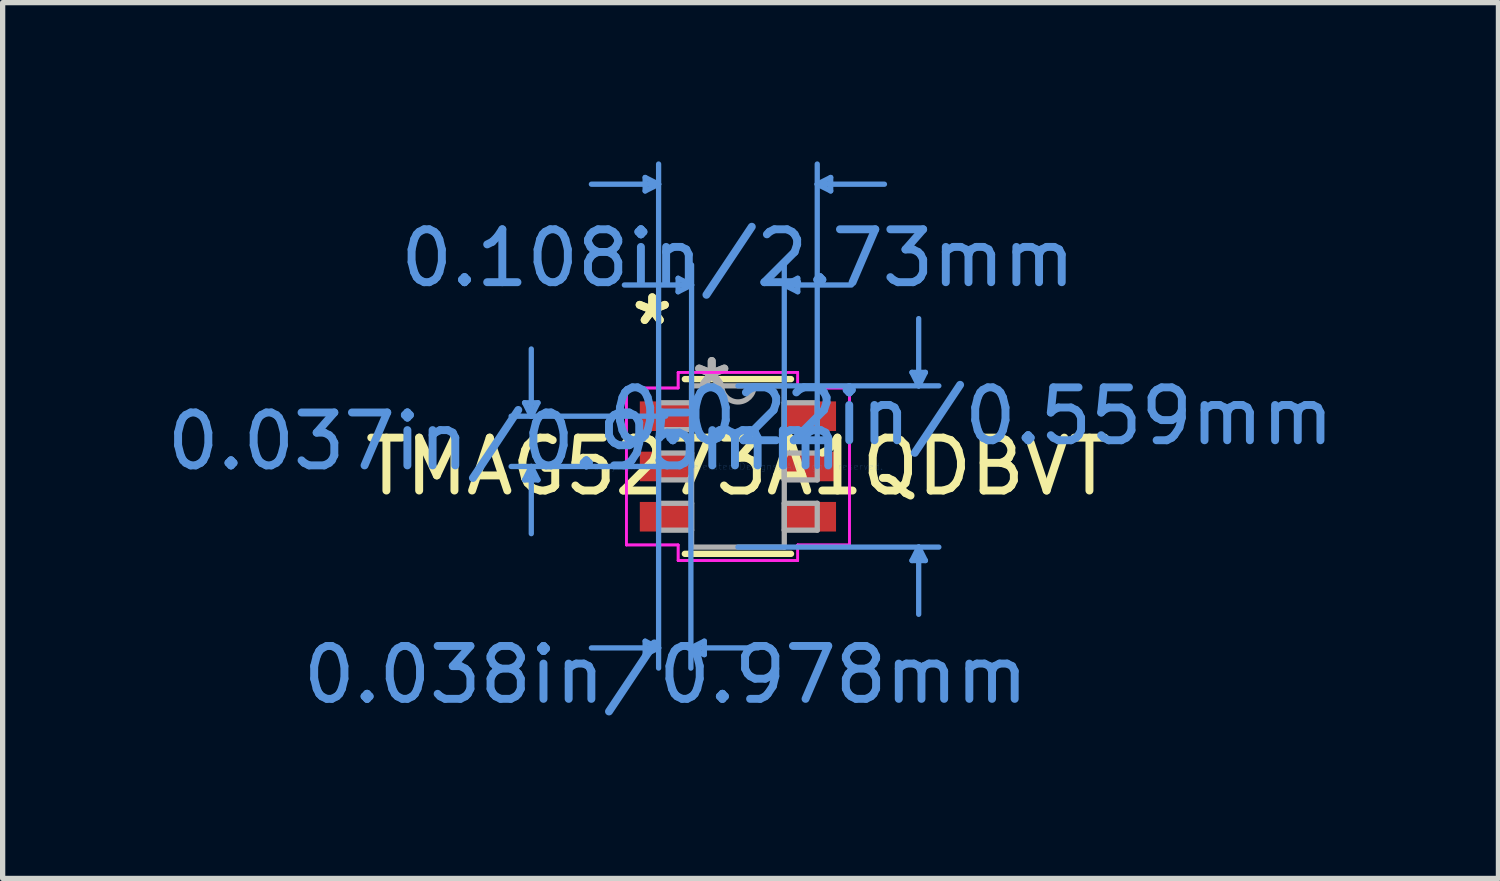
<source format=kicad_pcb>
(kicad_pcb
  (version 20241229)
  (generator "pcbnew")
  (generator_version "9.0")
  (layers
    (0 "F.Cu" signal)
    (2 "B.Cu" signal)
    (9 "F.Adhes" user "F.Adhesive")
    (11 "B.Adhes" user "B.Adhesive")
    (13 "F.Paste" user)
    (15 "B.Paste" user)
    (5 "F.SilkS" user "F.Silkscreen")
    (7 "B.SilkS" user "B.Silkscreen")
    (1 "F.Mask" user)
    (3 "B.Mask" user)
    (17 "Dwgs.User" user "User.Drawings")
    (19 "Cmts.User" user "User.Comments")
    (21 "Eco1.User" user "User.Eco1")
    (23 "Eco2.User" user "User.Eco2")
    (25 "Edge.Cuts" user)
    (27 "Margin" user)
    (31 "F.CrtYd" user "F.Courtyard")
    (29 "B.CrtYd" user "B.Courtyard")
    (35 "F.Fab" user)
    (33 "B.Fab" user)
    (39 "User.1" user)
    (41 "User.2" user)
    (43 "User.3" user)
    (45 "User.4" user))
  (footprint "TMAG5273A1QDBVT"
    (layer "F.Cu")
    (at 10.895 5.765)
    (property "Reference" "TMAG5273A1QDBVT" (at 0 0 0) (layer "F.SilkS") (effects (font (size 1 1) (thickness 0.15))))
    (attr through_hole)
    (fp_line (start -1.003 1.651) (end 1.003 1.651) (stroke (width 0.12) (type solid)) (layer "F.SilkS"))
    (fp_line (start 1.003 -1.651) (end -1.003 -1.651) (stroke (width 0.12) (type solid)) (layer "F.SilkS"))
    (fp_line (start -4.032 -1.204) (end -3.778 -1.204) (stroke (width 0.1) (type solid)) (layer "Cmts.User"))
    (fp_line (start -4.032 0.254) (end -3.778 0.254) (stroke (width 0.1) (type solid)) (layer "Cmts.User"))
    (fp_line (start -3.905 -0.95) (end -4.032 -1.204) (stroke (width 0.1) (type solid)) (layer "Cmts.User"))
    (fp_line (start -3.905 -0.95) (end -3.905 -2.22) (stroke (width 0.1) (type solid)) (layer "Cmts.User"))
    (fp_line (start -3.905 -0.95) (end -3.778 -1.204) (stroke (width 0.1) (type solid)) (layer "Cmts.User"))
    (fp_line (start -3.905 0) (end -4.032 0.254) (stroke (width 0.1) (type solid)) (layer "Cmts.User"))
    (fp_line (start -3.905 0) (end -3.905 1.27) (stroke (width 0.1) (type solid)) (layer "Cmts.User"))
    (fp_line (start -3.905 0) (end -3.778 0.254) (stroke (width 0.1) (type solid)) (layer "Cmts.User"))
    (fp_line (start -1.753 -5.461) (end -1.753 -5.207) (stroke (width 0.1) (type solid)) (layer "Cmts.User"))
    (fp_line (start -1.753 3.302) (end -1.753 3.556) (stroke (width 0.1) (type solid)) (layer "Cmts.User"))
    (fp_line (start -1.499 -5.334) (end -2.769 -5.334) (stroke (width 0.1) (type solid)) (layer "Cmts.User"))
    (fp_line (start -1.499 -5.334) (end -1.753 -5.461) (stroke (width 0.1) (type solid)) (layer "Cmts.User"))
    (fp_line (start -1.499 -5.334) (end -1.753 -5.207) (stroke (width 0.1) (type solid)) (layer "Cmts.User"))
    (fp_line (start -1.499 0) (end -1.499 -5.715) (stroke (width 0.1) (type solid)) (layer "Cmts.User"))
    (fp_line (start -1.499 0) (end -1.499 3.81) (stroke (width 0.1) (type solid)) (layer "Cmts.User"))
    (fp_line (start -1.499 3.429) (end -2.769 3.429) (stroke (width 0.1) (type solid)) (layer "Cmts.User"))
    (fp_line (start -1.499 3.429) (end -1.753 3.302) (stroke (width 0.1) (type solid)) (layer "Cmts.User"))
    (fp_line (start -1.499 3.429) (end -1.753 3.556) (stroke (width 0.1) (type solid)) (layer "Cmts.User"))
    (fp_line (start -1.365 -0.95) (end -4.286 -0.95) (stroke (width 0.1) (type solid)) (layer "Cmts.User"))
    (fp_line (start -1.365 0) (end -4.286 0) (stroke (width 0.1) (type solid)) (layer "Cmts.User"))
    (fp_line (start -1.13 -3.556) (end -1.13 -3.302) (stroke (width 0.1) (type solid)) (layer "Cmts.User"))
    (fp_line (start -0.889 0) (end -0.889 3.81) (stroke (width 0.1) (type solid)) (layer "Cmts.User"))
    (fp_line (start -0.889 3.429) (end -0.635 3.302) (stroke (width 0.1) (type solid)) (layer "Cmts.User"))
    (fp_line (start -0.889 3.429) (end -0.635 3.556) (stroke (width 0.1) (type solid)) (layer "Cmts.User"))
    (fp_line (start -0.889 3.429) (end 0.381 3.429) (stroke (width 0.1) (type solid)) (layer "Cmts.User"))
    (fp_line (start -0.876 -3.429) (end -2.146 -3.429) (stroke (width 0.1) (type solid)) (layer "Cmts.User"))
    (fp_line (start -0.876 -3.429) (end -1.13 -3.556) (stroke (width 0.1) (type solid)) (layer "Cmts.User"))
    (fp_line (start -0.876 -3.429) (end -1.13 -3.302) (stroke (width 0.1) (type solid)) (layer "Cmts.User"))
    (fp_line (start -0.876 0) (end -0.876 -3.81) (stroke (width 0.1) (type solid)) (layer "Cmts.User"))
    (fp_line (start -0.635 3.302) (end -0.635 3.556) (stroke (width 0.1) (type solid)) (layer "Cmts.User"))
    (fp_line (start 0 -1.524) (end 3.797 -1.524) (stroke (width 0.1) (type solid)) (layer "Cmts.User"))
    (fp_line (start 0 1.524) (end 3.797 1.524) (stroke (width 0.1) (type solid)) (layer "Cmts.User"))
    (fp_line (start 0.876 -3.429) (end 1.13 -3.556) (stroke (width 0.1) (type solid)) (layer "Cmts.User"))
    (fp_line (start 0.876 -3.429) (end 1.13 -3.302) (stroke (width 0.1) (type solid)) (layer "Cmts.User"))
    (fp_line (start 0.876 -3.429) (end 2.146 -3.429) (stroke (width 0.1) (type solid)) (layer "Cmts.User"))
    (fp_line (start 0.876 0) (end 0.876 -3.81) (stroke (width 0.1) (type solid)) (layer "Cmts.User"))
    (fp_line (start 1.13 -3.556) (end 1.13 -3.302) (stroke (width 0.1) (type solid)) (layer "Cmts.User"))
    (fp_line (start 1.499 -5.334) (end 1.753 -5.461) (stroke (width 0.1) (type solid)) (layer "Cmts.User"))
    (fp_line (start 1.499 -5.334) (end 1.753 -5.207) (stroke (width 0.1) (type solid)) (layer "Cmts.User"))
    (fp_line (start 1.499 -5.334) (end 2.769 -5.334) (stroke (width 0.1) (type solid)) (layer "Cmts.User"))
    (fp_line (start 1.499 0) (end 1.499 -5.715) (stroke (width 0.1) (type solid)) (layer "Cmts.User"))
    (fp_line (start 1.753 -5.461) (end 1.753 -5.207) (stroke (width 0.1) (type solid)) (layer "Cmts.User"))
    (fp_line (start 3.289 -1.778) (end 3.543 -1.778) (stroke (width 0.1) (type solid)) (layer "Cmts.User"))
    (fp_line (start 3.289 1.778) (end 3.543 1.778) (stroke (width 0.1) (type solid)) (layer "Cmts.User"))
    (fp_line (start 3.416 -1.524) (end 3.289 -1.778) (stroke (width 0.1) (type solid)) (layer "Cmts.User"))
    (fp_line (start 3.416 -1.524) (end 3.416 -2.794) (stroke (width 0.1) (type solid)) (layer "Cmts.User"))
    (fp_line (start 3.416 -1.524) (end 3.543 -1.778) (stroke (width 0.1) (type solid)) (layer "Cmts.User"))
    (fp_line (start 3.416 1.524) (end 3.289 1.778) (stroke (width 0.1) (type solid)) (layer "Cmts.User"))
    (fp_line (start 3.416 1.524) (end 3.416 2.794) (stroke (width 0.1) (type solid)) (layer "Cmts.User"))
    (fp_line (start 3.416 1.524) (end 3.543 1.778) (stroke (width 0.1) (type solid)) (layer "Cmts.User"))
    (fp_line (start -2.108 -1.483) (end -1.13 -1.483) (stroke (width 0.05) (type solid)) (layer "F.CrtYd"))
    (fp_line (start -2.108 -1.483) (end -1.13 -1.483) (stroke (width 0.05) (type solid)) (layer "F.CrtYd"))
    (fp_line (start -2.108 1.483) (end -2.108 -1.483) (stroke (width 0.05) (type solid)) (layer "F.CrtYd"))
    (fp_line (start -2.108 1.483) (end -2.108 -1.483) (stroke (width 0.05) (type solid)) (layer "F.CrtYd"))
    (fp_line (start -2.108 1.483) (end -1.13 1.483) (stroke (width 0.05) (type solid)) (layer "F.CrtYd"))
    (fp_line (start -1.13 -1.778) (end 1.13 -1.778) (stroke (width 0.05) (type solid)) (layer "F.CrtYd"))
    (fp_line (start -1.13 -1.778) (end 1.13 -1.778) (stroke (width 0.05) (type solid)) (layer "F.CrtYd"))
    (fp_line (start -1.13 -1.483) (end -1.13 -1.778) (stroke (width 0.05) (type solid)) (layer "F.CrtYd"))
    (fp_line (start -1.13 -1.483) (end -1.13 -1.778) (stroke (width 0.05) (type solid)) (layer "F.CrtYd"))
    (fp_line (start -1.13 1.483) (end -2.108 1.483) (stroke (width 0.05) (type solid)) (layer "F.CrtYd"))
    (fp_line (start -1.13 1.778) (end -1.13 1.483) (stroke (width 0.05) (type solid)) (layer "F.CrtYd"))
    (fp_line (start -1.13 1.778) (end -1.13 1.483) (stroke (width 0.05) (type solid)) (layer "F.CrtYd"))
    (fp_line (start 1.13 -1.778) (end 1.13 -1.483) (stroke (width 0.05) (type solid)) (layer "F.CrtYd"))
    (fp_line (start 1.13 -1.778) (end 1.13 -1.483) (stroke (width 0.05) (type solid)) (layer "F.CrtYd"))
    (fp_line (start 1.13 -1.483) (end 2.108 -1.483) (stroke (width 0.05) (type solid)) (layer "F.CrtYd"))
    (fp_line (start 1.13 1.483) (end 1.13 1.778) (stroke (width 0.05) (type solid)) (layer "F.CrtYd"))
    (fp_line (start 1.13 1.483) (end 1.13 1.778) (stroke (width 0.05) (type solid)) (layer "F.CrtYd"))
    (fp_line (start 1.13 1.778) (end -1.13 1.778) (stroke (width 0.05) (type solid)) (layer "F.CrtYd"))
    (fp_line (start 1.13 1.778) (end -1.13 1.778) (stroke (width 0.05) (type solid)) (layer "F.CrtYd"))
    (fp_line (start 2.108 -1.483) (end 1.13 -1.483) (stroke (width 0.05) (type solid)) (layer "F.CrtYd"))
    (fp_line (start 2.108 -1.483) (end 2.108 1.483) (stroke (width 0.05) (type solid)) (layer "F.CrtYd"))
    (fp_line (start 2.108 -1.483) (end 2.108 1.483) (stroke (width 0.05) (type solid)) (layer "F.CrtYd"))
    (fp_line (start 2.108 1.483) (end 1.13 1.483) (stroke (width 0.05) (type solid)) (layer "F.CrtYd"))
    (fp_line (start 2.108 1.483) (end 1.13 1.483) (stroke (width 0.05) (type solid)) (layer "F.CrtYd"))
    (fp_line (start -1.499 -1.204) (end -1.499 -0.696) (stroke (width 0.1) (type solid)) (layer "F.Fab"))
    (fp_line (start -1.499 -0.696) (end -0.876 -0.696) (stroke (width 0.1) (type solid)) (layer "F.Fab"))
    (fp_line (start -1.499 -0.254) (end -1.499 0.254) (stroke (width 0.1) (type solid)) (layer "F.Fab"))
    (fp_line (start -1.499 0.254) (end -0.876 0.254) (stroke (width 0.1) (type solid)) (layer "F.Fab"))
    (fp_line (start -1.499 0.696) (end -1.499 1.204) (stroke (width 0.1) (type solid)) (layer "F.Fab"))
    (fp_line (start -1.499 1.204) (end -0.876 1.204) (stroke (width 0.1) (type solid)) (layer "F.Fab"))
    (fp_line (start -0.876 -1.524) (end -0.876 1.524) (stroke (width 0.1) (type solid)) (layer "F.Fab"))
    (fp_line (start -0.876 -1.204) (end -1.499 -1.204) (stroke (width 0.1) (type solid)) (layer "F.Fab"))
    (fp_line (start -0.876 -0.696) (end -0.876 -1.204) (stroke (width 0.1) (type solid)) (layer "F.Fab"))
    (fp_line (start -0.876 -0.254) (end -1.499 -0.254) (stroke (width 0.1) (type solid)) (layer "F.Fab"))
    (fp_line (start -0.876 0.254) (end -0.876 -0.254) (stroke (width 0.1) (type solid)) (layer "F.Fab"))
    (fp_line (start -0.876 0.696) (end -1.499 0.696) (stroke (width 0.1) (type solid)) (layer "F.Fab"))
    (fp_line (start -0.876 1.204) (end -0.876 0.696) (stroke (width 0.1) (type solid)) (layer "F.Fab"))
    (fp_line (start -0.876 1.524) (end 0.876 1.524) (stroke (width 0.1) (type solid)) (layer "F.Fab"))
    (fp_line (start 0.876 -1.524) (end -0.876 -1.524) (stroke (width 0.1) (type solid)) (layer "F.Fab"))
    (fp_line (start 0.876 -1.204) (end 0.876 -0.696) (stroke (width 0.1) (type solid)) (layer "F.Fab"))
    (fp_line (start 0.876 -0.696) (end 1.499 -0.696) (stroke (width 0.1) (type solid)) (layer "F.Fab"))
    (fp_line (start 0.876 -0.254) (end 0.876 0.254) (stroke (width 0.1) (type solid)) (layer "F.Fab"))
    (fp_line (start 0.876 0.254) (end 1.499 0.254) (stroke (width 0.1) (type solid)) (layer "F.Fab"))
    (fp_line (start 0.876 0.696) (end 0.876 1.204) (stroke (width 0.1) (type solid)) (layer "F.Fab"))
    (fp_line (start 0.876 1.204) (end 1.499 1.204) (stroke (width 0.1) (type solid)) (layer "F.Fab"))
    (fp_line (start 0.876 1.524) (end 0.876 -1.524) (stroke (width 0.1) (type solid)) (layer "F.Fab"))
    (fp_line (start 1.499 -1.204) (end 0.876 -1.204) (stroke (width 0.1) (type solid)) (layer "F.Fab"))
    (fp_line (start 1.499 -0.696) (end 1.499 -1.204) (stroke (width 0.1) (type solid)) (layer "F.Fab"))
    (fp_line (start 1.499 -0.254) (end 0.876 -0.254) (stroke (width 0.1) (type solid)) (layer "F.Fab"))
    (fp_line (start 1.499 0.254) (end 1.499 -0.254) (stroke (width 0.1) (type solid)) (layer "F.Fab"))
    (fp_line (start 1.499 0.696) (end 0.876 0.696) (stroke (width 0.1) (type solid)) (layer "F.Fab"))
    (fp_line (start 1.499 1.204) (end 1.499 0.696) (stroke (width 0.1) (type solid)) (layer "F.Fab"))
    (fp_arc (start 0.3048 -1.524) (mid 0 -1.2192) (end -0.3048 -1.524) (stroke (width 0.1) (type solid)) (layer "F.Fab"))
    (fp_text user "*" (at -1.619 -2.652 0) (layer "F.SilkS") (effects (font (size 1 1) (thickness 0.15))))
    (fp_text user "*" (at -1.619 -2.652 0) (layer "F.SilkS") (effects (font (size 1 1) (thickness 0.15))))
    (fp_text user "0.038in/0.978mm" (at -1.365 3.937 0) (layer "Cmts.User") (effects (font (size 1 1) (thickness 0.15))))
    (fp_text user "0.037in/0.95mm" (at -4.413 -0.475 0) (layer "Cmts.User") (effects (font (size 1 1) (thickness 0.15))))
    (fp_text user "Copyright 2021 Accelerated Designs. All rights reserved." (at 0 0 0) (layer "Cmts.User") (effects (font (size 0.127 0.127) (thickness 0.002))))
    (fp_text user "0.108in/2.73mm" (at 0 -3.937 0) (layer "Cmts.User") (effects (font (size 1 1) (thickness 0.15))))
    (fp_text user "0.022in/0.559mm" (at 4.413 -0.95 0) (layer "Cmts.User") (effects (font (size 1 1) (thickness 0.15))))
    (fp_text user "*" (at -0.495 -1.448 0) (layer "F.Fab") (effects (font (size 1 1) (thickness 0.15))))
    (fp_text user "*" (at -0.495 -1.448 0) (layer "F.Fab") (effects (font (size 1 1) (thickness 0.15))))
    (pad "1" smd rect (at -1.365 -0.95) (size 0.978 0.559) (layers "F.Cu" "F.Mask" "F.Paste"))
    (pad "2" smd rect (at -1.365 0) (size 0.978 0.559) (layers "F.Cu" "F.Mask" "F.Paste"))
    (pad "3" smd rect (at -1.365 0.95) (size 0.978 0.559) (layers "F.Cu" "F.Mask" "F.Paste"))
    (pad "4" smd rect (at 1.365 0.95) (size 0.978 0.559) (layers "F.Cu" "F.Mask" "F.Paste"))
    (pad "5" smd rect (at 1.365 0) (size 0.978 0.559) (layers "F.Cu" "F.Mask" "F.Paste"))
    (pad "6" smd rect (at 1.365 -0.95) (size 0.978 0.559) (layers "F.Cu" "F.Mask" "F.Paste")))
  (gr_rect
    (start -3 -3)
    (end 25.267 13.55)
    (stroke (width 0.1) (type default))
    (fill no)
    (layer "Edge.Cuts")))
</source>
